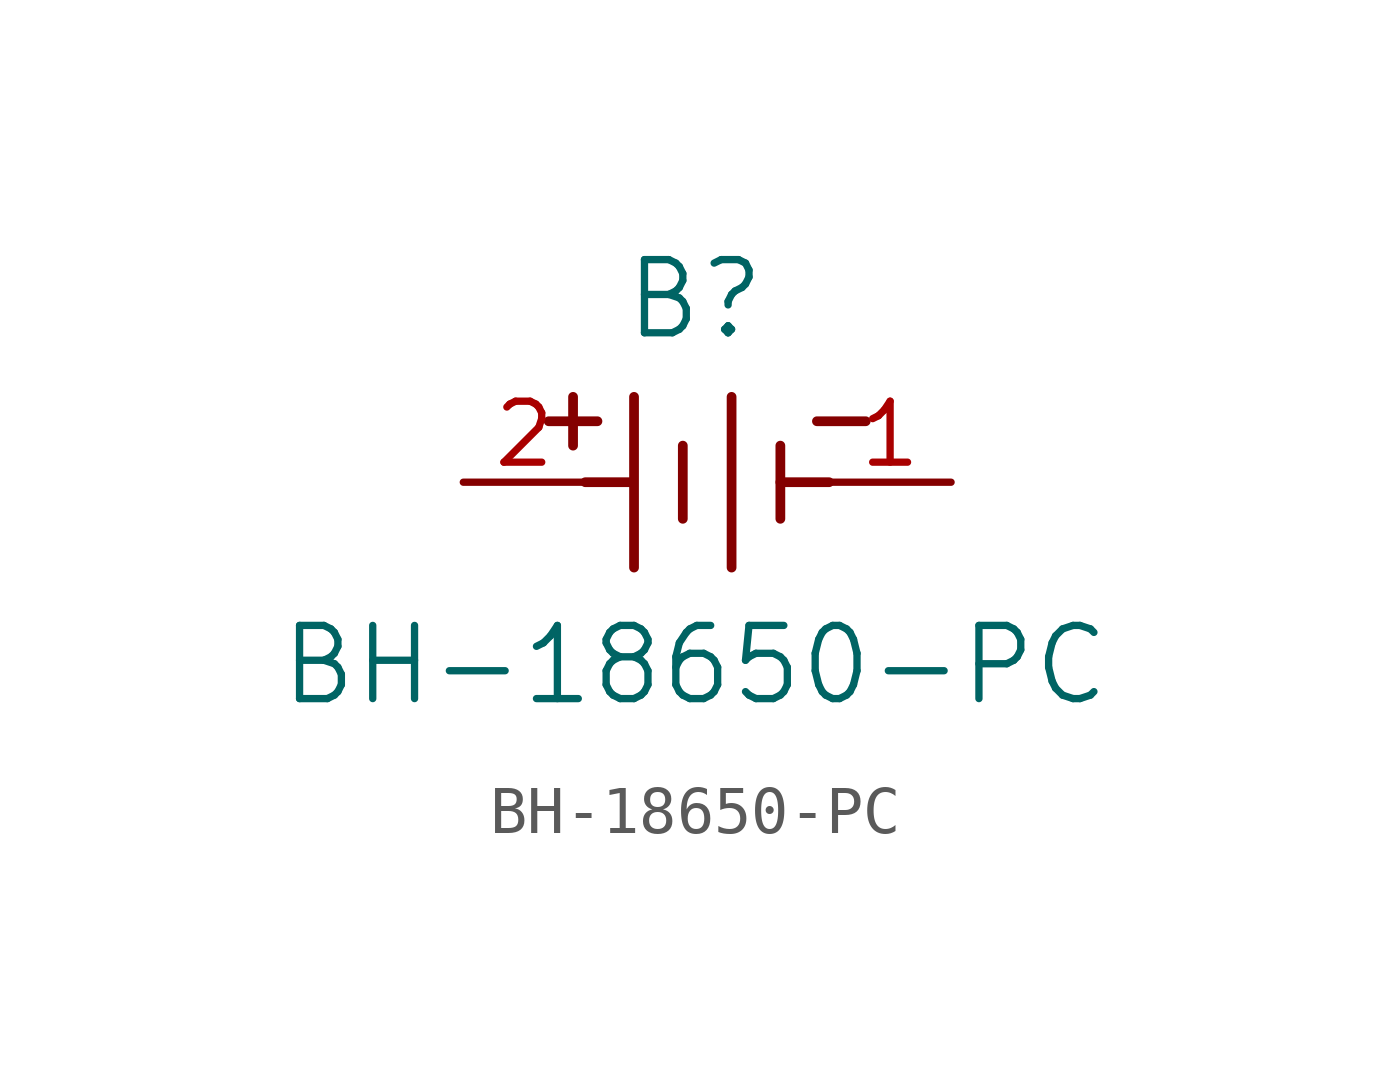
<source format=kicad_sym>
(kicad_symbol_lib
  (version 20211014)
  (generator kicad_symbol_editor)
  (symbol "BH-18650-PC"
    (pin_names
      (offset 0.254))
    (property "Reference" "B"
      (at 4.826 3.81 0)
      (effects (font (size 1.524 1.524))))
    (property "Value" "BH-18650-PC"
      (at 4.826 -3.81 0)
      (effects (font (size 1.524 1.524))))
    (symbol "BH-18650-PC_0_1"
      (polyline (pts (xy 2.286 0.762) (xy 2.286 1.778)) (stroke (width 0.203) (type default) (color 0 0 0 0)) (fill (type none)))
      (polyline (pts (xy 6.604 0) (xy 7.62 0)) (stroke (width 0.203) (type default) (color 0 0 0 0)) (fill (type none)))
      (polyline (pts (xy 3.556 -1.778) (xy 3.556 1.778)) (stroke (width 0.203) (type default) (color 0 0 0 0)) (fill (type none)))
      (polyline (pts (xy 1.778 1.27) (xy 2.794 1.27)) (stroke (width 0.203) (type default) (color 0 0 0 0)) (fill (type none)))
      (polyline (pts (xy 2.54 0) (xy 3.48 0)) (stroke (width 0.203) (type default) (color 0 0 0 0)) (fill (type none)))
      (polyline (pts (xy 5.588 -1.778) (xy 5.588 1.778)) (stroke (width 0.203) (type default) (color 0 0 0 0)) (fill (type none)))
      (polyline (pts (xy 6.604 0.762) (xy 6.604 -0.762)) (stroke (width 0.203) (type default) (color 0 0 0 0)) (fill (type none)))
      (polyline (pts (xy 4.572 0.762) (xy 4.572 -0.762)) (stroke (width 0.203) (type default) (color 0 0 0 0)) (fill (type none)))
      (polyline (pts (xy 7.366 1.27) (xy 8.382 1.27)) (stroke (width 0.203) (type default) (color 0 0 0 0)) (fill (type none)))
      (pin unspecified line (at 10.16 0 180) (length 2.54) (name "" (effects (font (size 1.27 1.27)))) (number "1" (effects (font (size 1.27 1.27)))))
      (pin unspecified line (at 0 0 0) (length 2.54) (name "" (effects (font (size 1.27 1.27)))) (number "2" (effects (font (size 1.27 1.27))))))))
</source>
